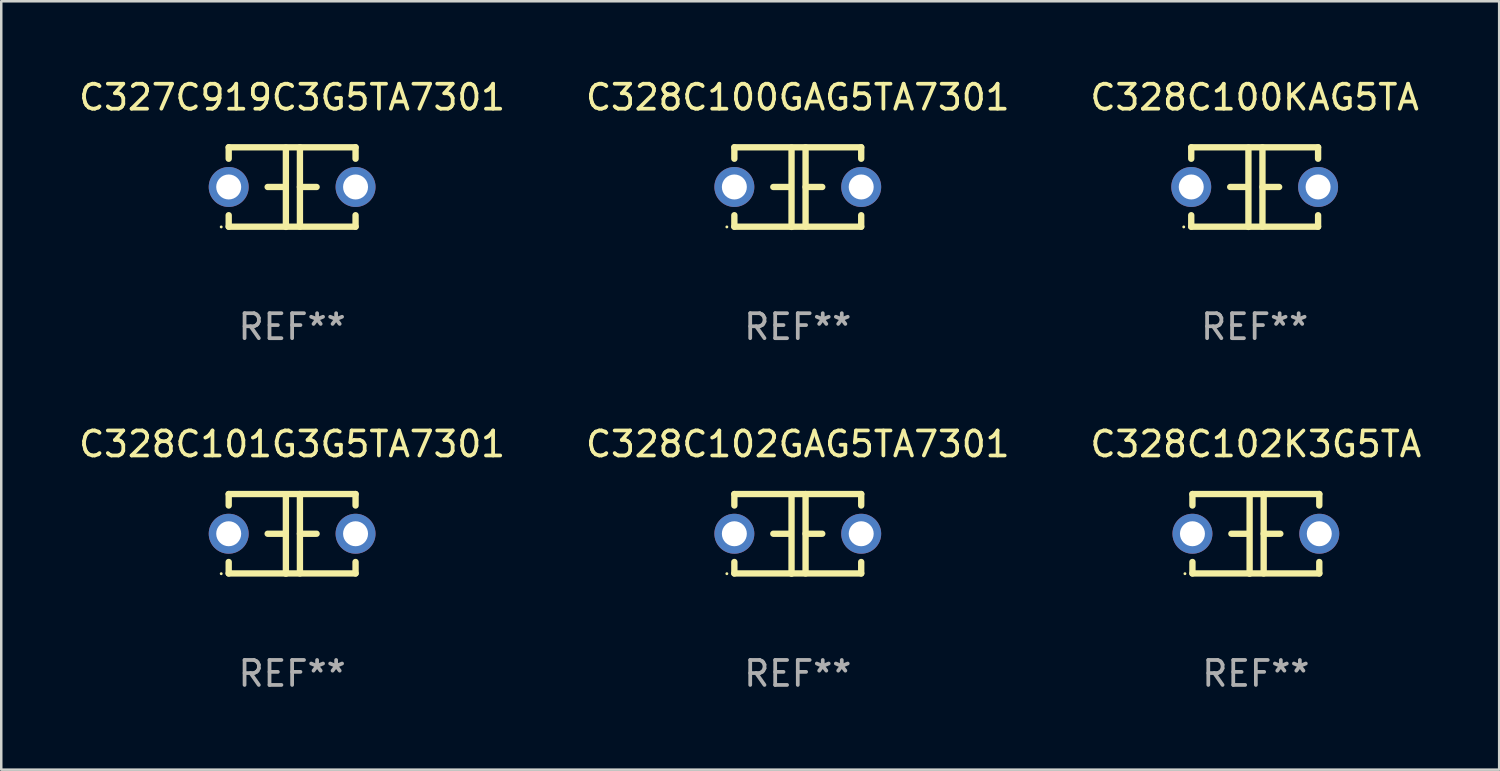
<source format=kicad_pcb>
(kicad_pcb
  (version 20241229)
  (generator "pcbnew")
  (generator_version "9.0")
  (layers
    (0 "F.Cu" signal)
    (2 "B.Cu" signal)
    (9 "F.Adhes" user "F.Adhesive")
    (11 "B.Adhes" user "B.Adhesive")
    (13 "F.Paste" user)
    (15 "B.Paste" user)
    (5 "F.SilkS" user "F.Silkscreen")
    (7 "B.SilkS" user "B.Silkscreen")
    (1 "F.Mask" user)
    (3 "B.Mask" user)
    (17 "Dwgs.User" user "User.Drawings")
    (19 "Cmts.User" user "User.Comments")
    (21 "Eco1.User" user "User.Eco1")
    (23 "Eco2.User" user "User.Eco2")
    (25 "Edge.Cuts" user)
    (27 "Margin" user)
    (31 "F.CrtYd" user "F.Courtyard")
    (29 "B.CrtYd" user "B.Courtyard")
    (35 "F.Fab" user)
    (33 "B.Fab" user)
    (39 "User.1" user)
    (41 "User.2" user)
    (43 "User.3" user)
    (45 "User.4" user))
  (footprint "C328C100KAG5TA"
    (layer "F.Cu")
    (at 47.196 4.443)
    (property "Reference" "C328C100KAG5TA" (at 0 -3.595 0) (layer "F.SilkS") (effects (font (size 1 1) (thickness 0.15))))
    (attr through_hole)
    (fp_line (start -2.54 -1.595) (end -2.54 -1.136) (stroke (width 0.254) (type solid)) (layer "F.SilkS"))
    (fp_line (start -2.54 -1.595) (end 2.54 -1.595) (stroke (width 0.254) (type solid)) (layer "F.SilkS"))
    (fp_line (start -2.54 1.126) (end -2.54 1.585) (stroke (width 0.254) (type solid)) (layer "F.SilkS"))
    (fp_line (start -0.312 -0.005) (end -0.98 -0.005) (stroke (width 0.254) (type solid)) (layer "F.SilkS"))
    (fp_line (start -0.25 -1.585) (end -0.25 1.595) (stroke (width 0.254) (type solid)) (layer "F.SilkS"))
    (fp_line (start 0.312 -1.595) (end 0.312 1.585) (stroke (width 0.254) (type solid)) (layer "F.SilkS"))
    (fp_line (start 0.312 -0.005) (end 0.98 -0.005) (stroke (width 0.254) (type solid)) (layer "F.SilkS"))
    (fp_line (start 2.54 -1.595) (end 2.54 -1.136) (stroke (width 0.254) (type solid)) (layer "F.SilkS"))
    (fp_line (start 2.54 1.126) (end 2.54 1.585) (stroke (width 0.254) (type solid)) (layer "F.SilkS"))
    (fp_line (start 2.54 1.585) (end -2.54 1.585) (stroke (width 0.254) (type solid)) (layer "F.SilkS"))
    (fp_circle (center -2.84 1.595) (end -2.81 1.595) (stroke (width 0.06) (type solid)) (fill no) (layer "F.SilkS"))
    (fp_text user "REF**" (at 0 5.595 0) (layer "F.Fab") (effects (font (size 1 1) (thickness 0.15))))
    (pad "1" thru_hole circle (at -2.54 -0.005) (size 1.6 1.6) (drill 1) (layers "*.Cu" "*.Mask"))
    (pad "2" thru_hole circle (at 2.54 -0.005) (size 1.6 1.6) (drill 1) (layers "*.Cu" "*.Mask")))
  (footprint "C328C100GAG5TA7301"
    (layer "F.Cu")
    (at 28.899 4.443)
    (property "Reference" "C328C100GAG5TA7301" (at 0 -3.595 0) (layer "F.SilkS") (effects (font (size 1 1) (thickness 0.15))))
    (attr through_hole)
    (fp_line (start -2.54 -1.595) (end -2.54 -1.136) (stroke (width 0.254) (type solid)) (layer "F.SilkS"))
    (fp_line (start -2.54 -1.595) (end 2.54 -1.595) (stroke (width 0.254) (type solid)) (layer "F.SilkS"))
    (fp_line (start -2.54 1.126) (end -2.54 1.585) (stroke (width 0.254) (type solid)) (layer "F.SilkS"))
    (fp_line (start -0.312 -0.005) (end -0.98 -0.005) (stroke (width 0.254) (type solid)) (layer "F.SilkS"))
    (fp_line (start -0.25 -1.585) (end -0.25 1.595) (stroke (width 0.254) (type solid)) (layer "F.SilkS"))
    (fp_line (start 0.312 -1.595) (end 0.312 1.585) (stroke (width 0.254) (type solid)) (layer "F.SilkS"))
    (fp_line (start 0.312 -0.005) (end 0.98 -0.005) (stroke (width 0.254) (type solid)) (layer "F.SilkS"))
    (fp_line (start 2.54 -1.595) (end 2.54 -1.136) (stroke (width 0.254) (type solid)) (layer "F.SilkS"))
    (fp_line (start 2.54 1.126) (end 2.54 1.585) (stroke (width 0.254) (type solid)) (layer "F.SilkS"))
    (fp_line (start 2.54 1.585) (end -2.54 1.585) (stroke (width 0.254) (type solid)) (layer "F.SilkS"))
    (fp_circle (center -2.84 1.595) (end -2.81 1.595) (stroke (width 0.06) (type solid)) (fill no) (layer "F.SilkS"))
    (fp_text user "REF**" (at 0 5.595 0) (layer "F.Fab") (effects (font (size 1 1) (thickness 0.15))))
    (pad "1" thru_hole circle (at -2.54 -0.005) (size 1.6 1.6) (drill 1) (layers "*.Cu" "*.Mask"))
    (pad "2" thru_hole circle (at 2.54 -0.005) (size 1.6 1.6) (drill 1) (layers "*.Cu" "*.Mask")))
  (footprint "C328C102GAG5TA7301"
    (layer "F.Cu")
    (at 28.899 18.33)
    (property "Reference" "C328C102GAG5TA7301" (at 0 -3.595 0) (layer "F.SilkS") (effects (font (size 1 1) (thickness 0.15))))
    (attr through_hole)
    (fp_line (start -2.54 -1.595) (end -2.54 -1.136) (stroke (width 0.254) (type solid)) (layer "F.SilkS"))
    (fp_line (start -2.54 -1.595) (end 2.54 -1.595) (stroke (width 0.254) (type solid)) (layer "F.SilkS"))
    (fp_line (start -2.54 1.126) (end -2.54 1.585) (stroke (width 0.254) (type solid)) (layer "F.SilkS"))
    (fp_line (start -0.312 -0.005) (end -0.98 -0.005) (stroke (width 0.254) (type solid)) (layer "F.SilkS"))
    (fp_line (start -0.25 -1.585) (end -0.25 1.595) (stroke (width 0.254) (type solid)) (layer "F.SilkS"))
    (fp_line (start 0.312 -1.595) (end 0.312 1.585) (stroke (width 0.254) (type solid)) (layer "F.SilkS"))
    (fp_line (start 0.312 -0.005) (end 0.98 -0.005) (stroke (width 0.254) (type solid)) (layer "F.SilkS"))
    (fp_line (start 2.54 -1.595) (end 2.54 -1.136) (stroke (width 0.254) (type solid)) (layer "F.SilkS"))
    (fp_line (start 2.54 1.126) (end 2.54 1.585) (stroke (width 0.254) (type solid)) (layer "F.SilkS"))
    (fp_line (start 2.54 1.585) (end -2.54 1.585) (stroke (width 0.254) (type solid)) (layer "F.SilkS"))
    (fp_circle (center -2.84 1.595) (end -2.81 1.595) (stroke (width 0.06) (type solid)) (fill no) (layer "F.SilkS"))
    (fp_text user "REF**" (at 0 5.595 0) (layer "F.Fab") (effects (font (size 1 1) (thickness 0.15))))
    (pad "1" thru_hole circle (at -2.54 -0.005) (size 1.6 1.6) (drill 1) (layers "*.Cu" "*.Mask"))
    (pad "2" thru_hole circle (at 2.54 -0.005) (size 1.6 1.6) (drill 1) (layers "*.Cu" "*.Mask")))
  (footprint "C327C919C3G5TA7301"
    (layer "F.Cu")
    (at 8.649 4.443)
    (property "Reference" "C327C919C3G5TA7301" (at 0 -3.595 0) (layer "F.SilkS") (effects (font (size 1 1) (thickness 0.15))))
    (attr through_hole)
    (fp_line (start -2.54 -1.595) (end -2.54 -1.136) (stroke (width 0.254) (type solid)) (layer "F.SilkS"))
    (fp_line (start -2.54 -1.595) (end 2.54 -1.595) (stroke (width 0.254) (type solid)) (layer "F.SilkS"))
    (fp_line (start -2.54 1.126) (end -2.54 1.585) (stroke (width 0.254) (type solid)) (layer "F.SilkS"))
    (fp_line (start -0.312 -0.005) (end -0.98 -0.005) (stroke (width 0.254) (type solid)) (layer "F.SilkS"))
    (fp_line (start -0.25 -1.585) (end -0.25 1.595) (stroke (width 0.254) (type solid)) (layer "F.SilkS"))
    (fp_line (start 0.312 -1.595) (end 0.312 1.585) (stroke (width 0.254) (type solid)) (layer "F.SilkS"))
    (fp_line (start 0.312 -0.005) (end 0.98 -0.005) (stroke (width 0.254) (type solid)) (layer "F.SilkS"))
    (fp_line (start 2.54 -1.595) (end 2.54 -1.136) (stroke (width 0.254) (type solid)) (layer "F.SilkS"))
    (fp_line (start 2.54 1.126) (end 2.54 1.585) (stroke (width 0.254) (type solid)) (layer "F.SilkS"))
    (fp_line (start 2.54 1.585) (end -2.54 1.585) (stroke (width 0.254) (type solid)) (layer "F.SilkS"))
    (fp_circle (center -2.84 1.595) (end -2.81 1.595) (stroke (width 0.06) (type solid)) (fill no) (layer "F.SilkS"))
    (fp_text user "REF**" (at 0 5.595 0) (layer "F.Fab") (effects (font (size 1 1) (thickness 0.15))))
    (pad "1" thru_hole circle (at -2.54 -0.005) (size 1.6 1.6) (drill 1) (layers "*.Cu" "*.Mask"))
    (pad "2" thru_hole circle (at 2.54 -0.005) (size 1.6 1.6) (drill 1) (layers "*.Cu" "*.Mask")))
  (footprint "C328C102K3G5TA"
    (layer "F.Cu")
    (at 47.244 18.33)
    (property "Reference" "C328C102K3G5TA" (at 0 -3.595 0) (layer "F.SilkS") (effects (font (size 1 1) (thickness 0.15))))
    (attr through_hole)
    (fp_line (start -2.54 -1.595) (end -2.54 -1.136) (stroke (width 0.254) (type solid)) (layer "F.SilkS"))
    (fp_line (start -2.54 -1.595) (end 2.54 -1.595) (stroke (width 0.254) (type solid)) (layer "F.SilkS"))
    (fp_line (start -2.54 1.126) (end -2.54 1.585) (stroke (width 0.254) (type solid)) (layer "F.SilkS"))
    (fp_line (start -0.312 -0.005) (end -0.98 -0.005) (stroke (width 0.254) (type solid)) (layer "F.SilkS"))
    (fp_line (start -0.25 -1.585) (end -0.25 1.595) (stroke (width 0.254) (type solid)) (layer "F.SilkS"))
    (fp_line (start 0.312 -1.595) (end 0.312 1.585) (stroke (width 0.254) (type solid)) (layer "F.SilkS"))
    (fp_line (start 0.312 -0.005) (end 0.98 -0.005) (stroke (width 0.254) (type solid)) (layer "F.SilkS"))
    (fp_line (start 2.54 -1.595) (end 2.54 -1.136) (stroke (width 0.254) (type solid)) (layer "F.SilkS"))
    (fp_line (start 2.54 1.126) (end 2.54 1.585) (stroke (width 0.254) (type solid)) (layer "F.SilkS"))
    (fp_line (start 2.54 1.585) (end -2.54 1.585) (stroke (width 0.254) (type solid)) (layer "F.SilkS"))
    (fp_circle (center -2.84 1.595) (end -2.81 1.595) (stroke (width 0.06) (type solid)) (fill no) (layer "F.SilkS"))
    (fp_text user "REF**" (at 0 5.595 0) (layer "F.Fab") (effects (font (size 1 1) (thickness 0.15))))
    (pad "1" thru_hole circle (at -2.54 -0.005) (size 1.6 1.6) (drill 1) (layers "*.Cu" "*.Mask"))
    (pad "2" thru_hole circle (at 2.54 -0.005) (size 1.6 1.6) (drill 1) (layers "*.Cu" "*.Mask")))
  (footprint "C328C101G3G5TA7301"
    (layer "F.Cu")
    (at 8.649 18.33)
    (property "Reference" "C328C101G3G5TA7301" (at 0 -3.595 0) (layer "F.SilkS") (effects (font (size 1 1) (thickness 0.15))))
    (attr through_hole)
    (fp_line (start -2.54 -1.595) (end -2.54 -1.136) (stroke (width 0.254) (type solid)) (layer "F.SilkS"))
    (fp_line (start -2.54 -1.595) (end 2.54 -1.595) (stroke (width 0.254) (type solid)) (layer "F.SilkS"))
    (fp_line (start -2.54 1.126) (end -2.54 1.585) (stroke (width 0.254) (type solid)) (layer "F.SilkS"))
    (fp_line (start -0.312 -0.005) (end -0.98 -0.005) (stroke (width 0.254) (type solid)) (layer "F.SilkS"))
    (fp_line (start -0.25 -1.585) (end -0.25 1.595) (stroke (width 0.254) (type solid)) (layer "F.SilkS"))
    (fp_line (start 0.312 -1.595) (end 0.312 1.585) (stroke (width 0.254) (type solid)) (layer "F.SilkS"))
    (fp_line (start 0.312 -0.005) (end 0.98 -0.005) (stroke (width 0.254) (type solid)) (layer "F.SilkS"))
    (fp_line (start 2.54 -1.595) (end 2.54 -1.136) (stroke (width 0.254) (type solid)) (layer "F.SilkS"))
    (fp_line (start 2.54 1.126) (end 2.54 1.585) (stroke (width 0.254) (type solid)) (layer "F.SilkS"))
    (fp_line (start 2.54 1.585) (end -2.54 1.585) (stroke (width 0.254) (type solid)) (layer "F.SilkS"))
    (fp_circle (center -2.84 1.595) (end -2.81 1.595) (stroke (width 0.06) (type solid)) (fill no) (layer "F.SilkS"))
    (fp_text user "REF**" (at 0 5.595 0) (layer "F.Fab") (effects (font (size 1 1) (thickness 0.15))))
    (pad "1" thru_hole circle (at -2.54 -0.005) (size 1.6 1.6) (drill 1) (layers "*.Cu" "*.Mask"))
    (pad "2" thru_hole circle (at 2.54 -0.005) (size 1.6 1.6) (drill 1) (layers "*.Cu" "*.Mask")))
  (gr_rect
    (start -3 -3)
    (end 56.988 27.773)
    (stroke (width 0.1) (type default))
    (fill no)
    (layer "Edge.Cuts")))
</source>
